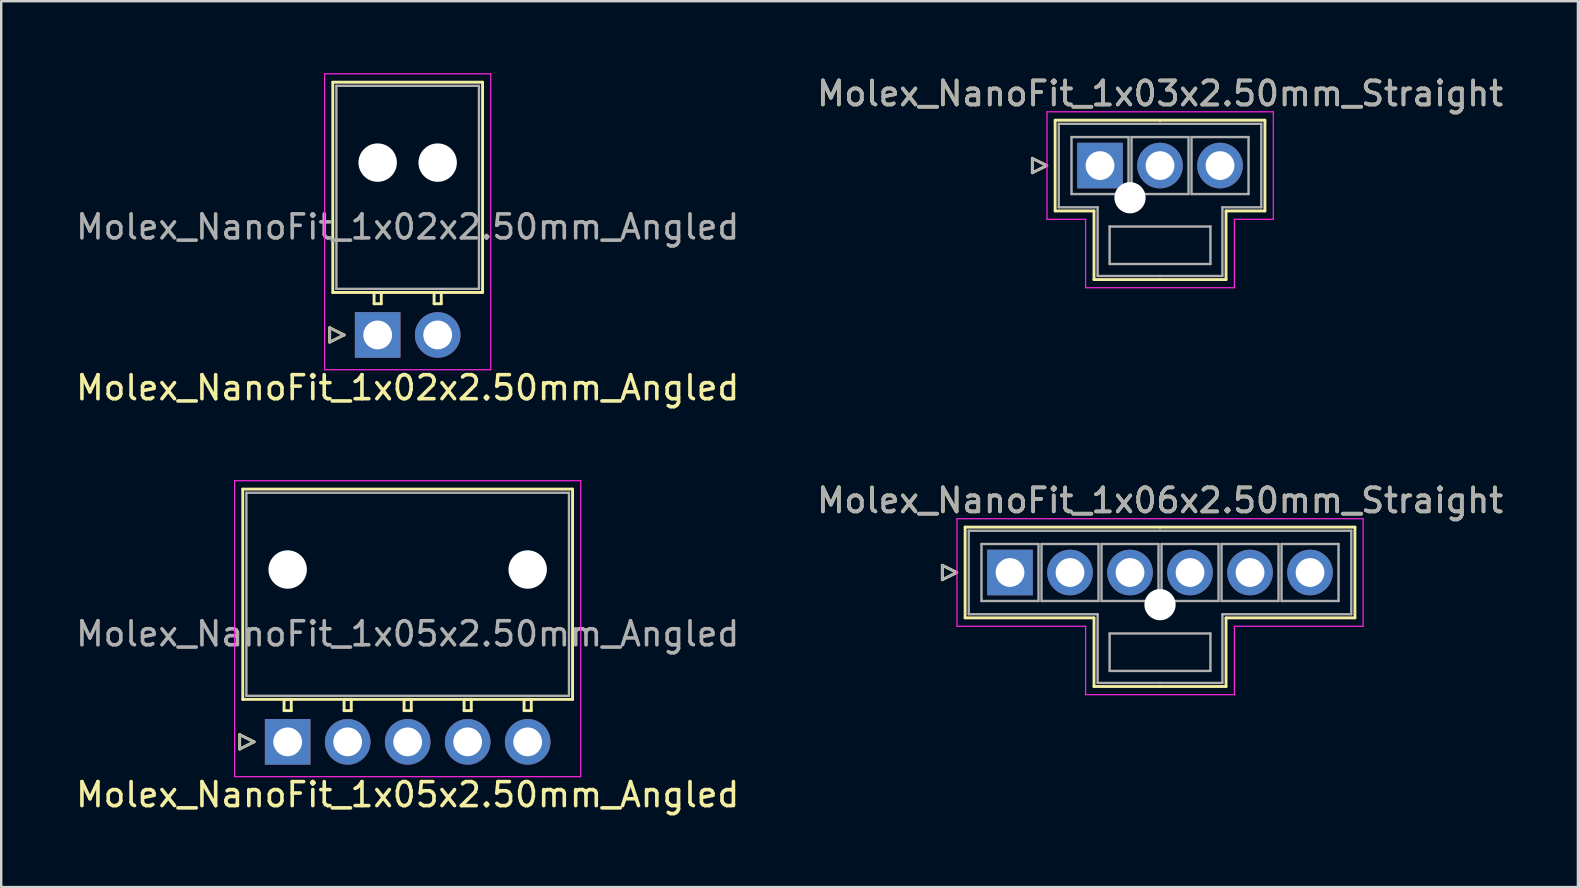
<source format=kicad_pcb>
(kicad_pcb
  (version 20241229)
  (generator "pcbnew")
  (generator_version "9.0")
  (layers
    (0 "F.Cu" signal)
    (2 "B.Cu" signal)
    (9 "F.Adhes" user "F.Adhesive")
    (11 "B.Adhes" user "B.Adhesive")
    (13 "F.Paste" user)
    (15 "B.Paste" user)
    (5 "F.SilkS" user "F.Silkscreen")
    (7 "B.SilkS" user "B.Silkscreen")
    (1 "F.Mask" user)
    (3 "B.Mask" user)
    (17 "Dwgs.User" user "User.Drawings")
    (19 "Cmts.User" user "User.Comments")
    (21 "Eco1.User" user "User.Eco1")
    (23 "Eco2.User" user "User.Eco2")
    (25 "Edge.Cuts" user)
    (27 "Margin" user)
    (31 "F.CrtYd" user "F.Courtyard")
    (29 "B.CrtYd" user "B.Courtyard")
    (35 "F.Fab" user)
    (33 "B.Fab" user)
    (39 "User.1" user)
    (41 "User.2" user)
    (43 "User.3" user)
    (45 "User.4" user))
  (footprint "Molex_NanoFit_1x05x2.50mm_Angled"
    (layer "F.Cu")
    (at 8.935 27.858)
    (property "Reference" "Molex_NanoFit_1x05x2.50mm_Angled" (at 5 2.2 0) (layer "F.SilkS") (effects (font (size 1 1) (thickness 0.15))))
    (attr through_hole)
    (fp_line (start -2 -0.3) (end -1.4 0) (stroke (width 0.12) (type solid)) (layer "F.SilkS"))
    (fp_line (start -2 0.3) (end -2 -0.3) (stroke (width 0.12) (type solid)) (layer "F.SilkS"))
    (fp_line (start -1.87 -10.53) (end -1.87 -1.77) (stroke (width 0.12) (type solid)) (layer "F.SilkS"))
    (fp_line (start -1.87 -1.77) (end 11.87 -1.77) (stroke (width 0.12) (type solid)) (layer "F.SilkS"))
    (fp_line (start -1.4 0) (end -2 0.3) (stroke (width 0.12) (type solid)) (layer "F.SilkS"))
    (fp_line (start -0.15 -1.77) (end -0.15 -1.3) (stroke (width 0.12) (type solid)) (layer "F.SilkS"))
    (fp_line (start -0.15 -1.3) (end 0.15 -1.3) (stroke (width 0.12) (type solid)) (layer "F.SilkS"))
    (fp_line (start 0.15 -1.77) (end -0.15 -1.77) (stroke (width 0.12) (type solid)) (layer "F.SilkS"))
    (fp_line (start 0.15 -1.3) (end 0.15 -1.77) (stroke (width 0.12) (type solid)) (layer "F.SilkS"))
    (fp_line (start 2.35 -1.77) (end 2.35 -1.3) (stroke (width 0.12) (type solid)) (layer "F.SilkS"))
    (fp_line (start 2.35 -1.3) (end 2.65 -1.3) (stroke (width 0.12) (type solid)) (layer "F.SilkS"))
    (fp_line (start 2.65 -1.77) (end 2.35 -1.77) (stroke (width 0.12) (type solid)) (layer "F.SilkS"))
    (fp_line (start 2.65 -1.3) (end 2.65 -1.77) (stroke (width 0.12) (type solid)) (layer "F.SilkS"))
    (fp_line (start 4.85 -1.77) (end 4.85 -1.3) (stroke (width 0.12) (type solid)) (layer "F.SilkS"))
    (fp_line (start 4.85 -1.3) (end 5.15 -1.3) (stroke (width 0.12) (type solid)) (layer "F.SilkS"))
    (fp_line (start 5.15 -1.77) (end 4.85 -1.77) (stroke (width 0.12) (type solid)) (layer "F.SilkS"))
    (fp_line (start 5.15 -1.3) (end 5.15 -1.77) (stroke (width 0.12) (type solid)) (layer "F.SilkS"))
    (fp_line (start 7.35 -1.77) (end 7.35 -1.3) (stroke (width 0.12) (type solid)) (layer "F.SilkS"))
    (fp_line (start 7.35 -1.3) (end 7.65 -1.3) (stroke (width 0.12) (type solid)) (layer "F.SilkS"))
    (fp_line (start 7.65 -1.77) (end 7.35 -1.77) (stroke (width 0.12) (type solid)) (layer "F.SilkS"))
    (fp_line (start 7.65 -1.3) (end 7.65 -1.77) (stroke (width 0.12) (type solid)) (layer "F.SilkS"))
    (fp_line (start 9.85 -1.77) (end 9.85 -1.3) (stroke (width 0.12) (type solid)) (layer "F.SilkS"))
    (fp_line (start 9.85 -1.3) (end 10.15 -1.3) (stroke (width 0.12) (type solid)) (layer "F.SilkS"))
    (fp_line (start 10.15 -1.77) (end 9.85 -1.77) (stroke (width 0.12) (type solid)) (layer "F.SilkS"))
    (fp_line (start 10.15 -1.3) (end 10.15 -1.77) (stroke (width 0.12) (type solid)) (layer "F.SilkS"))
    (fp_line (start 11.87 -10.53) (end -1.87 -10.53) (stroke (width 0.12) (type solid)) (layer "F.SilkS"))
    (fp_line (start 11.87 -1.77) (end 11.87 -10.53) (stroke (width 0.12) (type solid)) (layer "F.SilkS"))
    (fp_line (start -2.21 -10.88) (end -2.21 1.45) (stroke (width 0.05) (type solid)) (layer "F.CrtYd"))
    (fp_line (start -2.21 1.45) (end 12.21 1.45) (stroke (width 0.05) (type solid)) (layer "F.CrtYd"))
    (fp_line (start 12.21 -10.88) (end -2.21 -10.88) (stroke (width 0.05) (type solid)) (layer "F.CrtYd"))
    (fp_line (start 12.21 1.45) (end 12.21 -10.88) (stroke (width 0.05) (type solid)) (layer "F.CrtYd"))
    (fp_line (start -2 -0.3) (end -1.4 0) (stroke (width 0.1) (type solid)) (layer "F.Fab"))
    (fp_line (start -2 0.3) (end -2 -0.3) (stroke (width 0.1) (type solid)) (layer "F.Fab"))
    (fp_line (start -1.72 -10.38) (end -1.72 -1.92) (stroke (width 0.1) (type solid)) (layer "F.Fab"))
    (fp_line (start -1.72 -1.92) (end 11.72 -1.92) (stroke (width 0.1) (type solid)) (layer "F.Fab"))
    (fp_line (start -1.4 0) (end -2 0.3) (stroke (width 0.1) (type solid)) (layer "F.Fab"))
    (fp_line (start 11.72 -10.38) (end -1.72 -10.38) (stroke (width 0.1) (type solid)) (layer "F.Fab"))
    (fp_line (start 11.72 -1.92) (end 11.72 -10.38) (stroke (width 0.1) (type solid)) (layer "F.Fab"))
    (fp_text user "${REFERENCE}" (at 5 -4.5 0) (layer "F.Fab") (effects (font (size 1 1) (thickness 0.15))))
    (pad "" np_thru_hole circle (at 0 -7.18) (size 1.6 1.6) (drill 1.6) (layers "*.Cu" "*.Mask"))
    (pad "" np_thru_hole circle (at 10 -7.18) (size 1.6 1.6) (drill 1.6) (layers "*.Cu" "*.Mask"))
    (pad "1" thru_hole rect (at 0 0) (size 1.9 1.9) (drill 1.2) (layers "*.Cu" "*.Mask"))
    (pad "2" thru_hole circle (at 2.5 0) (size 1.9 1.9) (drill 1.2) (layers "*.Cu" "*.Mask"))
    (pad "3" thru_hole circle (at 5 0) (size 1.9 1.9) (drill 1.2) (layers "*.Cu" "*.Mask"))
    (pad "4" thru_hole circle (at 7.5 0) (size 1.9 1.9) (drill 1.2) (layers "*.Cu" "*.Mask"))
    (pad "5" thru_hole circle (at 10 0) (size 1.9 1.9) (drill 1.2) (layers "*.Cu" "*.Mask")))
  (footprint "Molex_NanoFit_1x03x2.50mm_Straight"
    (layer "F.Cu")
    (at 42.78 3.848)
    (property "Reference" "Molex_NanoFit_1x03x2.50mm_Straight" (at 2.5 -3 0) (layer "F.SilkS") (effects (font (size 1 1) (thickness 0.15))))
    (attr through_hole)
    (fp_line (start -2.82 -0.3) (end -2.22 0) (stroke (width 0.12) (type solid)) (layer "F.SilkS"))
    (fp_line (start -2.82 0.3) (end -2.82 -0.3) (stroke (width 0.12) (type solid)) (layer "F.SilkS"))
    (fp_line (start -2.22 0) (end -2.82 0.3) (stroke (width 0.12) (type solid)) (layer "F.SilkS"))
    (fp_line (start -1.87 -1.89) (end -1.87 1.89) (stroke (width 0.12) (type solid)) (layer "F.SilkS"))
    (fp_line (start -1.87 1.89) (end -0.25 1.89) (stroke (width 0.12) (type solid)) (layer "F.SilkS"))
    (fp_line (start -0.25 1.89) (end -0.25 4.75) (stroke (width 0.12) (type solid)) (layer "F.SilkS"))
    (fp_line (start -0.25 4.75) (end 2.5 4.75) (stroke (width 0.12) (type solid)) (layer "F.SilkS"))
    (fp_line (start 2.5 -1.89) (end -1.87 -1.89) (stroke (width 0.12) (type solid)) (layer "F.SilkS"))
    (fp_line (start 2.5 -1.89) (end 6.87 -1.89) (stroke (width 0.12) (type solid)) (layer "F.SilkS"))
    (fp_line (start 5.25 1.89) (end 5.25 4.75) (stroke (width 0.12) (type solid)) (layer "F.SilkS"))
    (fp_line (start 5.25 4.75) (end 2.5 4.75) (stroke (width 0.12) (type solid)) (layer "F.SilkS"))
    (fp_line (start 6.87 -1.89) (end 6.87 1.89) (stroke (width 0.12) (type solid)) (layer "F.SilkS"))
    (fp_line (start 6.87 1.89) (end 5.25 1.89) (stroke (width 0.12) (type solid)) (layer "F.SilkS"))
    (fp_line (start -2.21 -2.24) (end -2.21 2.24) (stroke (width 0.05) (type solid)) (layer "F.CrtYd"))
    (fp_line (start -2.21 2.24) (end -0.6 2.24) (stroke (width 0.05) (type solid)) (layer "F.CrtYd"))
    (fp_line (start -0.6 2.24) (end -0.6 5.09) (stroke (width 0.05) (type solid)) (layer "F.CrtYd"))
    (fp_line (start -0.6 5.09) (end 5.6 5.09) (stroke (width 0.05) (type solid)) (layer "F.CrtYd"))
    (fp_line (start 5.6 2.24) (end 7.22 2.24) (stroke (width 0.05) (type solid)) (layer "F.CrtYd"))
    (fp_line (start 5.6 5.09) (end 5.6 2.24) (stroke (width 0.05) (type solid)) (layer "F.CrtYd"))
    (fp_line (start 7.22 -2.24) (end -2.21 -2.24) (stroke (width 0.05) (type solid)) (layer "F.CrtYd"))
    (fp_line (start 7.22 2.24) (end 7.22 -2.24) (stroke (width 0.05) (type solid)) (layer "F.CrtYd"))
    (fp_line (start -2.82 -0.3) (end -2.22 0) (stroke (width 0.1) (type solid)) (layer "F.Fab"))
    (fp_line (start -2.82 0.3) (end -2.82 -0.3) (stroke (width 0.1) (type solid)) (layer "F.Fab"))
    (fp_line (start -2.22 0) (end -2.82 0.3) (stroke (width 0.1) (type solid)) (layer "F.Fab"))
    (fp_line (start -1.72 -1.74) (end -1.72 1.74) (stroke (width 0.1) (type solid)) (layer "F.Fab"))
    (fp_line (start -1.72 1.74) (end -0.1 1.74) (stroke (width 0.1) (type solid)) (layer "F.Fab"))
    (fp_line (start -1.188 -1.188) (end -1.188 1.188) (stroke (width 0.1) (type solid)) (layer "F.Fab"))
    (fp_line (start -1.188 1.188) (end 1.188 1.188) (stroke (width 0.1) (type solid)) (layer "F.Fab"))
    (fp_line (start -0.1 1.74) (end -0.1 4.6) (stroke (width 0.1) (type solid)) (layer "F.Fab"))
    (fp_line (start -0.1 4.6) (end 2.5 4.6) (stroke (width 0.1) (type solid)) (layer "F.Fab"))
    (fp_line (start 0.4 2.54) (end 0.4 4.1) (stroke (width 0.1) (type solid)) (layer "F.Fab"))
    (fp_line (start 0.4 4.1) (end 4.6 4.1) (stroke (width 0.1) (type solid)) (layer "F.Fab"))
    (fp_line (start 1.188 -1.188) (end -1.188 -1.188) (stroke (width 0.1) (type solid)) (layer "F.Fab"))
    (fp_line (start 1.188 1.188) (end 1.188 -1.188) (stroke (width 0.1) (type solid)) (layer "F.Fab"))
    (fp_line (start 1.312 -1.188) (end 1.312 1.188) (stroke (width 0.1) (type solid)) (layer "F.Fab"))
    (fp_line (start 1.312 1.188) (end 3.688 1.188) (stroke (width 0.1) (type solid)) (layer "F.Fab"))
    (fp_line (start 2.5 -1.74) (end -1.72 -1.74) (stroke (width 0.1) (type solid)) (layer "F.Fab"))
    (fp_line (start 2.5 -1.74) (end 6.72 -1.74) (stroke (width 0.1) (type solid)) (layer "F.Fab"))
    (fp_line (start 3.688 -1.188) (end 1.312 -1.188) (stroke (width 0.1) (type solid)) (layer "F.Fab"))
    (fp_line (start 3.688 1.188) (end 3.688 -1.188) (stroke (width 0.1) (type solid)) (layer "F.Fab"))
    (fp_line (start 3.812 -1.188) (end 3.812 1.188) (stroke (width 0.1) (type solid)) (layer "F.Fab"))
    (fp_line (start 3.812 1.188) (end 6.188 1.188) (stroke (width 0.1) (type solid)) (layer "F.Fab"))
    (fp_line (start 4.6 2.54) (end 0.4 2.54) (stroke (width 0.1) (type solid)) (layer "F.Fab"))
    (fp_line (start 4.6 4.1) (end 4.6 2.54) (stroke (width 0.1) (type solid)) (layer "F.Fab"))
    (fp_line (start 5.1 1.74) (end 5.1 4.6) (stroke (width 0.1) (type solid)) (layer "F.Fab"))
    (fp_line (start 5.1 4.6) (end 2.5 4.6) (stroke (width 0.1) (type solid)) (layer "F.Fab"))
    (fp_line (start 6.188 -1.188) (end 3.812 -1.188) (stroke (width 0.1) (type solid)) (layer "F.Fab"))
    (fp_line (start 6.188 1.188) (end 6.188 -1.188) (stroke (width 0.1) (type solid)) (layer "F.Fab"))
    (fp_line (start 6.72 -1.74) (end 6.72 1.74) (stroke (width 0.1) (type solid)) (layer "F.Fab"))
    (fp_line (start 6.72 1.74) (end 5.1 1.74) (stroke (width 0.1) (type solid)) (layer "F.Fab"))
    (fp_text user "${REFERENCE}" (at 2.5 -3 0) (layer "F.Fab") (effects (font (size 1 1) (thickness 0.15))))
    (pad "" np_thru_hole circle (at 1.25 1.34) (size 1.3 1.3) (drill 1.3) (layers "*.Cu" "*.Mask"))
    (pad "1" thru_hole rect (at 0 0) (size 1.9 1.9) (drill 1.2) (layers "*.Cu" "*.Mask"))
    (pad "2" thru_hole circle (at 2.5 0) (size 1.9 1.9) (drill 1.2) (layers "*.Cu" "*.Mask"))
    (pad "3" thru_hole circle (at 5 0) (size 1.9 1.9) (drill 1.2) (layers "*.Cu" "*.Mask")))
  (footprint "Molex_NanoFit_1x06x2.50mm_Straight"
    (layer "F.Cu")
    (at 39.03 20.802)
    (property "Reference" "Molex_NanoFit_1x06x2.50mm_Straight" (at 6.25 -3 0) (layer "F.SilkS") (effects (font (size 1 1) (thickness 0.15))))
    (attr through_hole)
    (fp_line (start -2.82 -0.3) (end -2.22 0) (stroke (width 0.12) (type solid)) (layer "F.SilkS"))
    (fp_line (start -2.82 0.3) (end -2.82 -0.3) (stroke (width 0.12) (type solid)) (layer "F.SilkS"))
    (fp_line (start -2.22 0) (end -2.82 0.3) (stroke (width 0.12) (type solid)) (layer "F.SilkS"))
    (fp_line (start -1.87 -1.89) (end -1.87 1.89) (stroke (width 0.12) (type solid)) (layer "F.SilkS"))
    (fp_line (start -1.87 1.89) (end 3.5 1.89) (stroke (width 0.12) (type solid)) (layer "F.SilkS"))
    (fp_line (start 3.5 1.89) (end 3.5 4.75) (stroke (width 0.12) (type solid)) (layer "F.SilkS"))
    (fp_line (start 3.5 4.75) (end 6.25 4.75) (stroke (width 0.12) (type solid)) (layer "F.SilkS"))
    (fp_line (start 6.25 -1.89) (end -1.87 -1.89) (stroke (width 0.12) (type solid)) (layer "F.SilkS"))
    (fp_line (start 6.25 -1.89) (end 14.37 -1.89) (stroke (width 0.12) (type solid)) (layer "F.SilkS"))
    (fp_line (start 9 1.89) (end 9 4.75) (stroke (width 0.12) (type solid)) (layer "F.SilkS"))
    (fp_line (start 9 4.75) (end 6.25 4.75) (stroke (width 0.12) (type solid)) (layer "F.SilkS"))
    (fp_line (start 14.37 -1.89) (end 14.37 1.89) (stroke (width 0.12) (type solid)) (layer "F.SilkS"))
    (fp_line (start 14.37 1.89) (end 9 1.89) (stroke (width 0.12) (type solid)) (layer "F.SilkS"))
    (fp_line (start -2.21 -2.24) (end -2.21 2.24) (stroke (width 0.05) (type solid)) (layer "F.CrtYd"))
    (fp_line (start -2.21 2.24) (end 3.15 2.24) (stroke (width 0.05) (type solid)) (layer "F.CrtYd"))
    (fp_line (start 3.15 2.24) (end 3.15 5.09) (stroke (width 0.05) (type solid)) (layer "F.CrtYd"))
    (fp_line (start 3.15 5.09) (end 9.35 5.09) (stroke (width 0.05) (type solid)) (layer "F.CrtYd"))
    (fp_line (start 9.35 2.24) (end 14.71 2.24) (stroke (width 0.05) (type solid)) (layer "F.CrtYd"))
    (fp_line (start 9.35 5.09) (end 9.35 2.24) (stroke (width 0.05) (type solid)) (layer "F.CrtYd"))
    (fp_line (start 14.71 -2.24) (end -2.21 -2.24) (stroke (width 0.05) (type solid)) (layer "F.CrtYd"))
    (fp_line (start 14.71 2.24) (end 14.71 -2.24) (stroke (width 0.05) (type solid)) (layer "F.CrtYd"))
    (fp_line (start -2.82 -0.3) (end -2.22 0) (stroke (width 0.1) (type solid)) (layer "F.Fab"))
    (fp_line (start -2.82 0.3) (end -2.82 -0.3) (stroke (width 0.1) (type solid)) (layer "F.Fab"))
    (fp_line (start -2.22 0) (end -2.82 0.3) (stroke (width 0.1) (type solid)) (layer "F.Fab"))
    (fp_line (start -1.72 -1.74) (end -1.72 1.74) (stroke (width 0.1) (type solid)) (layer "F.Fab"))
    (fp_line (start -1.72 1.74) (end 3.65 1.74) (stroke (width 0.1) (type solid)) (layer "F.Fab"))
    (fp_line (start -1.188 -1.188) (end -1.188 1.188) (stroke (width 0.1) (type solid)) (layer "F.Fab"))
    (fp_line (start -1.188 1.188) (end 1.188 1.188) (stroke (width 0.1) (type solid)) (layer "F.Fab"))
    (fp_line (start 1.188 -1.188) (end -1.188 -1.188) (stroke (width 0.1) (type solid)) (layer "F.Fab"))
    (fp_line (start 1.188 1.188) (end 1.188 -1.188) (stroke (width 0.1) (type solid)) (layer "F.Fab"))
    (fp_line (start 1.312 -1.188) (end 1.312 1.188) (stroke (width 0.1) (type solid)) (layer "F.Fab"))
    (fp_line (start 1.312 1.188) (end 3.688 1.188) (stroke (width 0.1) (type solid)) (layer "F.Fab"))
    (fp_line (start 3.65 1.74) (end 3.65 4.6) (stroke (width 0.1) (type solid)) (layer "F.Fab"))
    (fp_line (start 3.65 4.6) (end 6.25 4.6) (stroke (width 0.1) (type solid)) (layer "F.Fab"))
    (fp_line (start 3.688 -1.188) (end 1.312 -1.188) (stroke (width 0.1) (type solid)) (layer "F.Fab"))
    (fp_line (start 3.688 1.188) (end 3.688 -1.188) (stroke (width 0.1) (type solid)) (layer "F.Fab"))
    (fp_line (start 3.812 -1.188) (end 3.812 1.188) (stroke (width 0.1) (type solid)) (layer "F.Fab"))
    (fp_line (start 3.812 1.188) (end 6.188 1.188) (stroke (width 0.1) (type solid)) (layer "F.Fab"))
    (fp_line (start 4.15 2.54) (end 4.15 4.1) (stroke (width 0.1) (type solid)) (layer "F.Fab"))
    (fp_line (start 4.15 4.1) (end 8.35 4.1) (stroke (width 0.1) (type solid)) (layer "F.Fab"))
    (fp_line (start 6.188 -1.188) (end 3.812 -1.188) (stroke (width 0.1) (type solid)) (layer "F.Fab"))
    (fp_line (start 6.188 1.188) (end 6.188 -1.188) (stroke (width 0.1) (type solid)) (layer "F.Fab"))
    (fp_line (start 6.25 -1.74) (end -1.72 -1.74) (stroke (width 0.1) (type solid)) (layer "F.Fab"))
    (fp_line (start 6.25 -1.74) (end 14.22 -1.74) (stroke (width 0.1) (type solid)) (layer "F.Fab"))
    (fp_line (start 6.312 -1.188) (end 6.312 1.188) (stroke (width 0.1) (type solid)) (layer "F.Fab"))
    (fp_line (start 6.312 1.188) (end 8.688 1.188) (stroke (width 0.1) (type solid)) (layer "F.Fab"))
    (fp_line (start 8.35 2.54) (end 4.15 2.54) (stroke (width 0.1) (type solid)) (layer "F.Fab"))
    (fp_line (start 8.35 4.1) (end 8.35 2.54) (stroke (width 0.1) (type solid)) (layer "F.Fab"))
    (fp_line (start 8.688 -1.188) (end 6.312 -1.188) (stroke (width 0.1) (type solid)) (layer "F.Fab"))
    (fp_line (start 8.688 1.188) (end 8.688 -1.188) (stroke (width 0.1) (type solid)) (layer "F.Fab"))
    (fp_line (start 8.812 -1.188) (end 8.812 1.188) (stroke (width 0.1) (type solid)) (layer "F.Fab"))
    (fp_line (start 8.812 1.188) (end 11.188 1.188) (stroke (width 0.1) (type solid)) (layer "F.Fab"))
    (fp_line (start 8.85 1.74) (end 8.85 4.6) (stroke (width 0.1) (type solid)) (layer "F.Fab"))
    (fp_line (start 8.85 4.6) (end 6.25 4.6) (stroke (width 0.1) (type solid)) (layer "F.Fab"))
    (fp_line (start 11.188 -1.188) (end 8.812 -1.188) (stroke (width 0.1) (type solid)) (layer "F.Fab"))
    (fp_line (start 11.188 1.188) (end 11.188 -1.188) (stroke (width 0.1) (type solid)) (layer "F.Fab"))
    (fp_line (start 11.312 -1.188) (end 11.312 1.188) (stroke (width 0.1) (type solid)) (layer "F.Fab"))
    (fp_line (start 11.312 1.188) (end 13.688 1.188) (stroke (width 0.1) (type solid)) (layer "F.Fab"))
    (fp_line (start 13.688 -1.188) (end 11.312 -1.188) (stroke (width 0.1) (type solid)) (layer "F.Fab"))
    (fp_line (start 13.688 1.188) (end 13.688 -1.188) (stroke (width 0.1) (type solid)) (layer "F.Fab"))
    (fp_line (start 14.22 -1.74) (end 14.22 1.74) (stroke (width 0.1) (type solid)) (layer "F.Fab"))
    (fp_line (start 14.22 1.74) (end 8.85 1.74) (stroke (width 0.1) (type solid)) (layer "F.Fab"))
    (fp_text user "${REFERENCE}" (at 6.25 -3 0) (layer "F.Fab") (effects (font (size 1 1) (thickness 0.15))))
    (pad "" np_thru_hole circle (at 6.25 1.34) (size 1.3 1.3) (drill 1.3) (layers "*.Cu" "*.Mask"))
    (pad "1" thru_hole rect (at 0 0) (size 1.9 1.9) (drill 1.2) (layers "*.Cu" "*.Mask"))
    (pad "2" thru_hole circle (at 2.5 0) (size 1.9 1.9) (drill 1.2) (layers "*.Cu" "*.Mask"))
    (pad "3" thru_hole circle (at 5 0) (size 1.9 1.9) (drill 1.2) (layers "*.Cu" "*.Mask"))
    (pad "4" thru_hole circle (at 7.5 0) (size 1.9 1.9) (drill 1.2) (layers "*.Cu" "*.Mask"))
    (pad "5" thru_hole circle (at 10 0) (size 1.9 1.9) (drill 1.2) (layers "*.Cu" "*.Mask"))
    (pad "6" thru_hole circle (at 12.5 0) (size 1.9 1.9) (drill 1.2) (layers "*.Cu" "*.Mask")))
  (footprint "Molex_NanoFit_1x02x2.50mm_Angled"
    (layer "F.Cu")
    (at 12.685 10.905)
    (property "Reference" "Molex_NanoFit_1x02x2.50mm_Angled" (at 1.25 2.2 0) (layer "F.SilkS") (effects (font (size 1 1) (thickness 0.15))))
    (attr through_hole)
    (fp_line (start -2 -0.3) (end -1.4 0) (stroke (width 0.12) (type solid)) (layer "F.SilkS"))
    (fp_line (start -2 0.3) (end -2 -0.3) (stroke (width 0.12) (type solid)) (layer "F.SilkS"))
    (fp_line (start -1.87 -10.53) (end -1.87 -1.77) (stroke (width 0.12) (type solid)) (layer "F.SilkS"))
    (fp_line (start -1.87 -1.77) (end 4.37 -1.77) (stroke (width 0.12) (type solid)) (layer "F.SilkS"))
    (fp_line (start -1.4 0) (end -2 0.3) (stroke (width 0.12) (type solid)) (layer "F.SilkS"))
    (fp_line (start -0.15 -1.77) (end -0.15 -1.3) (stroke (width 0.12) (type solid)) (layer "F.SilkS"))
    (fp_line (start -0.15 -1.3) (end 0.15 -1.3) (stroke (width 0.12) (type solid)) (layer "F.SilkS"))
    (fp_line (start 0.15 -1.77) (end -0.15 -1.77) (stroke (width 0.12) (type solid)) (layer "F.SilkS"))
    (fp_line (start 0.15 -1.3) (end 0.15 -1.77) (stroke (width 0.12) (type solid)) (layer "F.SilkS"))
    (fp_line (start 2.35 -1.77) (end 2.35 -1.3) (stroke (width 0.12) (type solid)) (layer "F.SilkS"))
    (fp_line (start 2.35 -1.3) (end 2.65 -1.3) (stroke (width 0.12) (type solid)) (layer "F.SilkS"))
    (fp_line (start 2.65 -1.77) (end 2.35 -1.77) (stroke (width 0.12) (type solid)) (layer "F.SilkS"))
    (fp_line (start 2.65 -1.3) (end 2.65 -1.77) (stroke (width 0.12) (type solid)) (layer "F.SilkS"))
    (fp_line (start 4.37 -10.53) (end -1.87 -10.53) (stroke (width 0.12) (type solid)) (layer "F.SilkS"))
    (fp_line (start 4.37 -1.77) (end 4.37 -10.53) (stroke (width 0.12) (type solid)) (layer "F.SilkS"))
    (fp_line (start -2.21 -10.88) (end -2.21 1.45) (stroke (width 0.05) (type solid)) (layer "F.CrtYd"))
    (fp_line (start -2.21 1.45) (end 4.71 1.45) (stroke (width 0.05) (type solid)) (layer "F.CrtYd"))
    (fp_line (start 4.71 -10.88) (end -2.21 -10.88) (stroke (width 0.05) (type solid)) (layer "F.CrtYd"))
    (fp_line (start 4.71 1.45) (end 4.71 -10.88) (stroke (width 0.05) (type solid)) (layer "F.CrtYd"))
    (fp_line (start -2 -0.3) (end -1.4 0) (stroke (width 0.1) (type solid)) (layer "F.Fab"))
    (fp_line (start -2 0.3) (end -2 -0.3) (stroke (width 0.1) (type solid)) (layer "F.Fab"))
    (fp_line (start -1.72 -10.38) (end -1.72 -1.92) (stroke (width 0.1) (type solid)) (layer "F.Fab"))
    (fp_line (start -1.72 -1.92) (end 4.22 -1.92) (stroke (width 0.1) (type solid)) (layer "F.Fab"))
    (fp_line (start -1.4 0) (end -2 0.3) (stroke (width 0.1) (type solid)) (layer "F.Fab"))
    (fp_line (start 4.22 -10.38) (end -1.72 -10.38) (stroke (width 0.1) (type solid)) (layer "F.Fab"))
    (fp_line (start 4.22 -1.92) (end 4.22 -10.38) (stroke (width 0.1) (type solid)) (layer "F.Fab"))
    (fp_text user "${REFERENCE}" (at 1.25 -4.5 0) (layer "F.Fab") (effects (font (size 1 1) (thickness 0.15))))
    (pad "" np_thru_hole circle (at 0 -7.18) (size 1.6 1.6) (drill 1.6) (layers "*.Cu" "*.Mask"))
    (pad "" np_thru_hole circle (at 2.5 -7.18) (size 1.6 1.6) (drill 1.6) (layers "*.Cu" "*.Mask"))
    (pad "1" thru_hole rect (at 0 0) (size 1.9 1.9) (drill 1.2) (layers "*.Cu" "*.Mask"))
    (pad "2" thru_hole circle (at 2.5 0) (size 1.9 1.9) (drill 1.2) (layers "*.Cu" "*.Mask")))
  (gr_rect
    (start -3 -3)
    (end 62.69 33.907)
    (stroke (width 0.1) (type default))
    (fill no)
    (layer "Edge.Cuts")))
</source>
